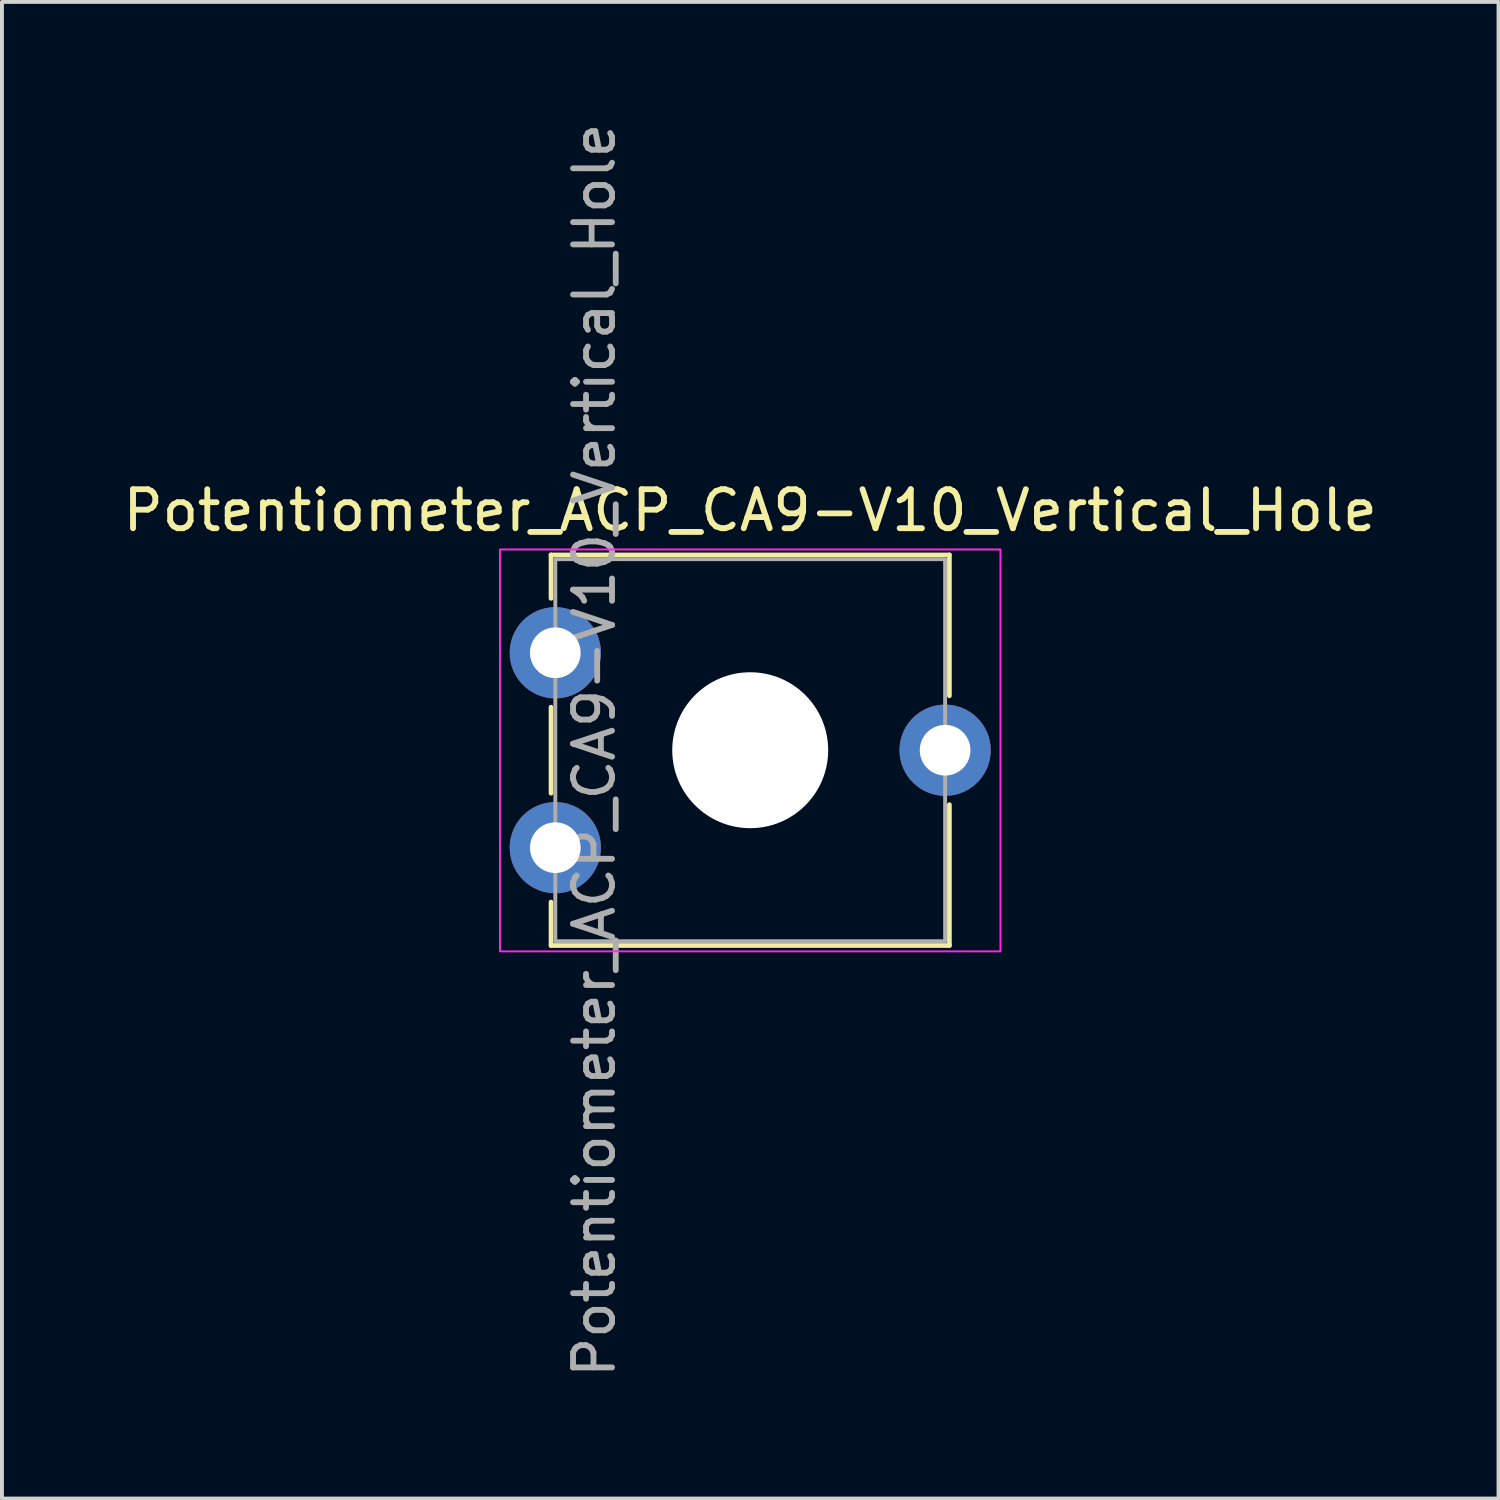
<source format=kicad_pcb>
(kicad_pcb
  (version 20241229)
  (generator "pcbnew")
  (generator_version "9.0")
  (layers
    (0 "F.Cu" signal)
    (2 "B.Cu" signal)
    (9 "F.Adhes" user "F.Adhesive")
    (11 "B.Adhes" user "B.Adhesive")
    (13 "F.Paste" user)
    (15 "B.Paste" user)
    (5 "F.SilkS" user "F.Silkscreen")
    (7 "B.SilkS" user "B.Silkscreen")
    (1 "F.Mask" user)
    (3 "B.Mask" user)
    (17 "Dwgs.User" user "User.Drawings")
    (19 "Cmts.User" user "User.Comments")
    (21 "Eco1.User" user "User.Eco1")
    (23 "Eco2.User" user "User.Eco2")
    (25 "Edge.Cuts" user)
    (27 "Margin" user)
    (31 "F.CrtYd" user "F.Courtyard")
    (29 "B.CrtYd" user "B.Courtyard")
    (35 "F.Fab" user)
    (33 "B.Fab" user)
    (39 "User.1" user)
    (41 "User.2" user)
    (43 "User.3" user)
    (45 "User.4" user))
  (footprint "Potentiometer_ACP_CA9-V10_Vertical_Hole"
    (layer "F.Cu")
    (at 11.196 18.696)
    (property "Reference" "Potentiometer_ACP_CA9-V10_Vertical_Hole" (at 5 -8.65 0) (layer "F.SilkS") (effects (font (size 1 1) (thickness 0.15))))
    (attr through_hole)
    (fp_line (start -0.11 -7.51) (end 10.11 -7.51) (stroke (width 0.12) (type solid)) (layer "F.SilkS"))
    (fp_line (start -0.11 -6.396) (end -0.11 -7.51) (stroke (width 0.12) (type solid)) (layer "F.SilkS"))
    (fp_line (start -0.11 -1.396) (end -0.11 -3.604) (stroke (width 0.12) (type solid)) (layer "F.SilkS"))
    (fp_line (start -0.11 2.51) (end -0.11 1.396) (stroke (width 0.12) (type solid)) (layer "F.SilkS"))
    (fp_line (start 10.11 -7.51) (end 10.11 -3.896) (stroke (width 0.12) (type solid)) (layer "F.SilkS"))
    (fp_line (start 10.11 -1.104) (end 10.11 2.51) (stroke (width 0.12) (type solid)) (layer "F.SilkS"))
    (fp_line (start 10.11 2.51) (end -0.11 2.51) (stroke (width 0.12) (type solid)) (layer "F.SilkS"))
    (fp_rect (start -1.42 -7.65) (end 11.42 2.66) (stroke (width 0.05) (type solid)) (fill no) (layer "F.CrtYd"))
    (fp_rect (start 0 -7.4) (end 10 2.4) (stroke (width 0.1) (type solid)) (fill no) (layer "F.Fab"))
    (fp_text user "${REFERENCE}" (at 1 -2.5 90) (layer "F.Fab") (effects (font (size 1 1) (thickness 0.15))))
    (pad "" np_thru_hole circle (at 5 -2.5) (size 4 4) (drill 4) (layers "*.Cu" "*.Mask"))
    (pad "1" thru_hole circle (at 0 0) (size 2.34 2.34) (drill 1.3) (layers "*.Cu" "*.Mask"))
    (pad "2" thru_hole circle (at 10 -2.5) (size 2.34 2.34) (drill 1.3) (layers "*.Cu" "*.Mask"))
    (pad "3" thru_hole circle (at 0 -5) (size 2.34 2.34) (drill 1.3) (layers "*.Cu" "*.Mask")))
  (gr_rect
    (start -3 -3)
    (end 35.393 35.393)
    (stroke (width 0.1) (type default))
    (fill no)
    (layer "Edge.Cuts")))
</source>
